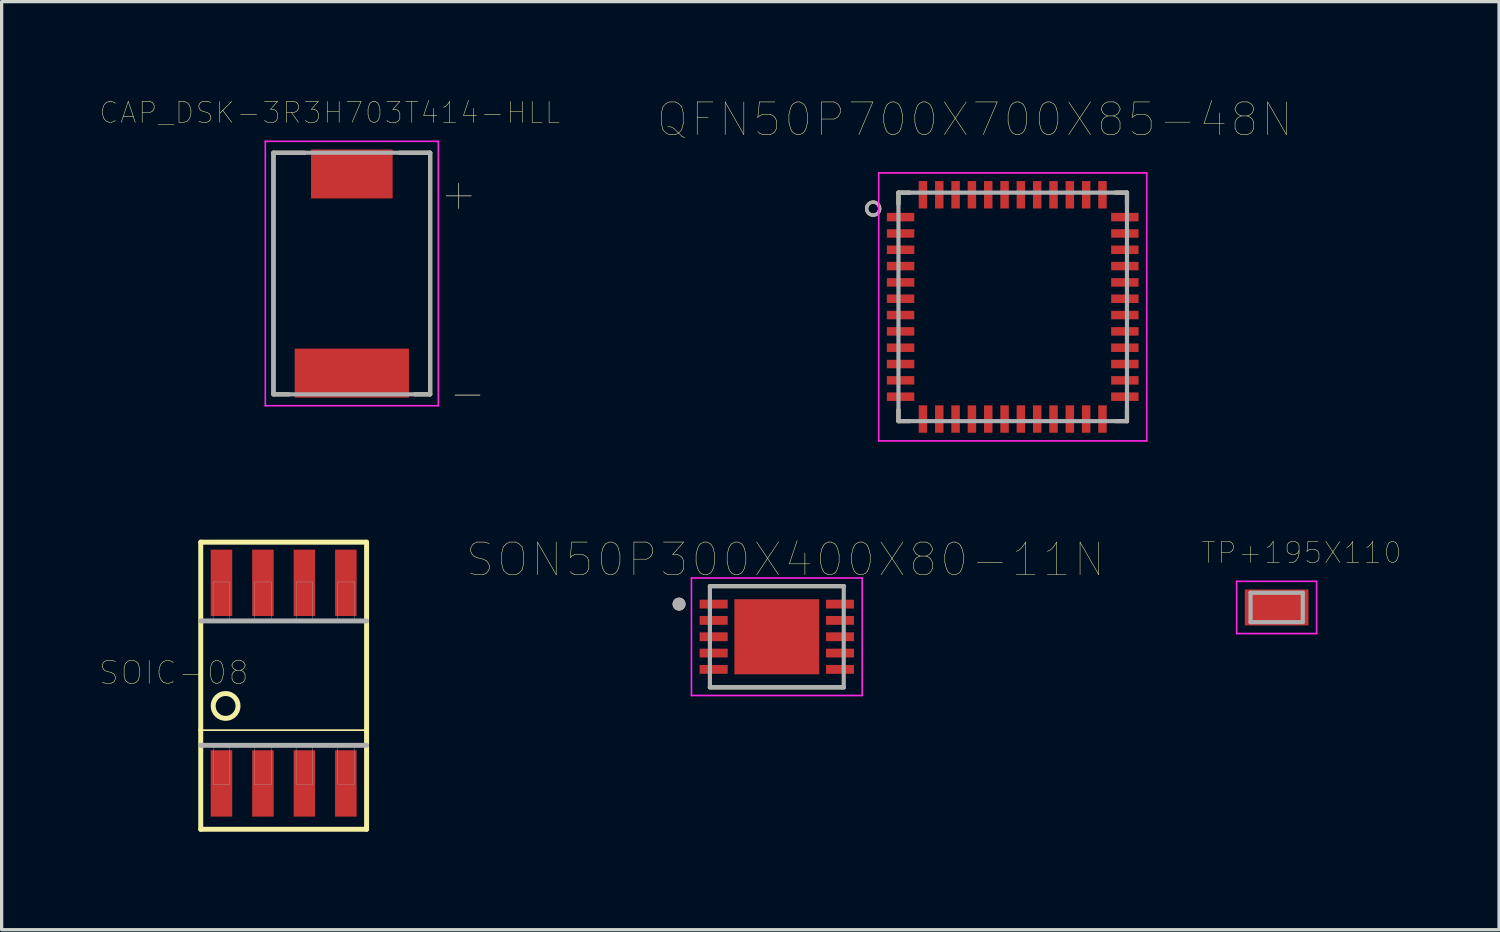
<source format=kicad_pcb>
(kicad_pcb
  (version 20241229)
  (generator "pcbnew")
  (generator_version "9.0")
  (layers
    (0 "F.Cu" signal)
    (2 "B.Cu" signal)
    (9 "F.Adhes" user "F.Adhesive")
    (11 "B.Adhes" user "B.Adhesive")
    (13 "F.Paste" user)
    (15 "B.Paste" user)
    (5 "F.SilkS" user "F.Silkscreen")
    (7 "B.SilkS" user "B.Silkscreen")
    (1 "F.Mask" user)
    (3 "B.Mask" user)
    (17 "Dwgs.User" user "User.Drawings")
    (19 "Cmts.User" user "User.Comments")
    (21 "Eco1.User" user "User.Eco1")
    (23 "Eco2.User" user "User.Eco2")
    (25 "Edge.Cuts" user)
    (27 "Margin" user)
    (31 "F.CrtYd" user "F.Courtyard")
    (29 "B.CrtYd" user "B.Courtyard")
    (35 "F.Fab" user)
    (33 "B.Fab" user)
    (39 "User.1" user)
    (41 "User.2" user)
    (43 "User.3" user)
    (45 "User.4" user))
  (footprint "TP+195X110"
    (layer "F.Cu")
    (at 36.057 15.558)
    (property "Reference" "TP+195X110" (at 0.762 -1.676 0) (layer "F.SilkS") (effects (font (size 0.64 0.64) (thickness 0.015))))
    (attr through_hole)
    (fp_line (start -1.225 -0.8) (end 1.225 -0.8) (stroke (width 0.05) (type solid)) (layer "F.CrtYd"))
    (fp_line (start -1.225 0.8) (end -1.225 -0.8) (stroke (width 0.05) (type solid)) (layer "F.CrtYd"))
    (fp_line (start 1.225 -0.8) (end 1.225 0.8) (stroke (width 0.05) (type solid)) (layer "F.CrtYd"))
    (fp_line (start 1.225 0.8) (end -1.225 0.8) (stroke (width 0.05) (type solid)) (layer "F.CrtYd"))
    (fp_line (start -0.8 -0.45) (end 0.8 -0.45) (stroke (width 0.127) (type solid)) (layer "F.Fab"))
    (fp_line (start -0.8 0.45) (end -0.8 -0.45) (stroke (width 0.127) (type solid)) (layer "F.Fab"))
    (fp_line (start 0.8 -0.45) (end 0.8 0.45) (stroke (width 0.127) (type solid)) (layer "F.Fab"))
    (fp_line (start 0.8 0.45) (end -0.8 0.45) (stroke (width 0.127) (type solid)) (layer "F.Fab"))
    (pad "1" smd rect (at 0 0) (size 1.95 1.1) (layers "F.Cu" "F.Mask" "F.Paste")))
  (footprint "SON50P300X400X80-11N"
    (layer "F.Cu")
    (at 20.746 16.455)
    (property "Reference" "SON50P300X400X80-11N" (at 0.265 -2.362 0) (layer "F.SilkS") (effects (font (size 1 1) (thickness 0.015))))
    (attr through_hole)
    (fp_line (start -2.05 -1.55) (end 2.05 -1.55) (stroke (width 0.127) (type solid)) (layer "F.SilkS"))
    (fp_line (start -2.05 1.55) (end 2.05 1.55) (stroke (width 0.127) (type solid)) (layer "F.SilkS"))
    (fp_circle (center -2.995 -1) (end -2.895 -1) (stroke (width 0.2) (type solid)) (fill no) (layer "F.SilkS"))
    (fp_poly (pts (xy -0.82 -0.73) (xy 0.82 -0.73) (xy 0.82 0.73) (xy -0.82 0.73)) (stroke (width 0.01) (type solid)) (fill yes) (layer "F.Paste"))
    (fp_line (start -2.615 -1.8) (end -2.615 1.8) (stroke (width 0.05) (type solid)) (layer "F.CrtYd"))
    (fp_line (start -2.615 -1.8) (end 2.615 -1.8) (stroke (width 0.05) (type solid)) (layer "F.CrtYd"))
    (fp_line (start -2.615 1.8) (end 2.615 1.8) (stroke (width 0.05) (type solid)) (layer "F.CrtYd"))
    (fp_line (start 2.615 -1.8) (end 2.615 1.8) (stroke (width 0.05) (type solid)) (layer "F.CrtYd"))
    (fp_line (start -2.05 -1.55) (end -2.05 1.55) (stroke (width 0.127) (type solid)) (layer "F.Fab"))
    (fp_line (start -2.05 -1.55) (end 2.05 -1.55) (stroke (width 0.127) (type solid)) (layer "F.Fab"))
    (fp_line (start -2.05 1.55) (end 2.05 1.55) (stroke (width 0.127) (type solid)) (layer "F.Fab"))
    (fp_line (start 2.05 -1.55) (end 2.05 1.55) (stroke (width 0.127) (type solid)) (layer "F.Fab"))
    (fp_circle (center -2.995 -1) (end -2.895 -1) (stroke (width 0.2) (type solid)) (fill no) (layer "F.Fab"))
    (pad "1" smd rect (at -1.935 -1) (size 0.86 0.27) (layers "F.Cu" "F.Mask" "F.Paste"))
    (pad "2" smd rect (at -1.935 -0.5) (size 0.86 0.27) (layers "F.Cu" "F.Mask" "F.Paste"))
    (pad "3" smd rect (at -1.935 0) (size 0.86 0.27) (layers "F.Cu" "F.Mask" "F.Paste"))
    (pad "4" smd rect (at -1.935 0.5) (size 0.86 0.27) (layers "F.Cu" "F.Mask" "F.Paste"))
    (pad "5" smd rect (at -1.935 1) (size 0.86 0.27) (layers "F.Cu" "F.Mask" "F.Paste"))
    (pad "6" smd rect (at 1.935 1) (size 0.86 0.27) (layers "F.Cu" "F.Mask" "F.Paste"))
    (pad "7" smd rect (at 1.935 0.5) (size 0.86 0.27) (layers "F.Cu" "F.Mask" "F.Paste"))
    (pad "8" smd rect (at 1.935 0) (size 0.86 0.27) (layers "F.Cu" "F.Mask" "F.Paste"))
    (pad "9" smd rect (at 1.935 -0.5) (size 0.86 0.27) (layers "F.Cu" "F.Mask" "F.Paste"))
    (pad "10" smd rect (at 1.935 -1) (size 0.86 0.27) (layers "F.Cu" "F.Mask" "F.Paste"))
    (pad "11" smd rect (at 0 0) (size 2.6 2.3) (layers "F.Cu" "F.Mask")))
  (footprint "QFN50P700X700X85-48N"
    (layer "F.Cu")
    (at 27.972 6.351)
    (property "Reference" "QFN50P700X700X85-48N" (at -1.165 -5.74 0) (layer "F.SilkS") (effects (font (size 1 1) (thickness 0.015))))
    (attr through_hole)
    (fp_line (start -3.5 -3.5) (end -3.5 -3.15) (stroke (width 0.127) (type solid)) (layer "F.SilkS"))
    (fp_line (start -3.5 -3.5) (end -3.15 -3.5) (stroke (width 0.127) (type solid)) (layer "F.SilkS"))
    (fp_line (start -3.5 3.5) (end -3.5 3.15) (stroke (width 0.127) (type solid)) (layer "F.SilkS"))
    (fp_line (start -3.5 3.5) (end -3.15 3.5) (stroke (width 0.127) (type solid)) (layer "F.SilkS"))
    (fp_line (start 3.5 -3.5) (end 3.15 -3.5) (stroke (width 0.127) (type solid)) (layer "F.SilkS"))
    (fp_line (start 3.5 -3.5) (end 3.5 -3.15) (stroke (width 0.127) (type solid)) (layer "F.SilkS"))
    (fp_line (start 3.5 3.5) (end 3.15 3.5) (stroke (width 0.127) (type solid)) (layer "F.SilkS"))
    (fp_line (start 3.5 3.5) (end 3.5 3.15) (stroke (width 0.127) (type solid)) (layer "F.SilkS"))
    (fp_circle (center -4.275 -3.01) (end -4.075 -3.01) (stroke (width 0.1) (type solid)) (fill no) (layer "F.SilkS"))
    (fp_line (start -4.105 -4.105) (end 4.105 -4.105) (stroke (width 0.05) (type solid)) (layer "F.CrtYd"))
    (fp_line (start -4.105 4.105) (end -4.105 -4.105) (stroke (width 0.05) (type solid)) (layer "F.CrtYd"))
    (fp_line (start -4.105 4.105) (end 4.105 4.105) (stroke (width 0.05) (type solid)) (layer "F.CrtYd"))
    (fp_line (start 4.105 4.105) (end 4.105 -4.105) (stroke (width 0.05) (type solid)) (layer "F.CrtYd"))
    (fp_line (start -3.5 3.5) (end -3.5 -3.5) (stroke (width 0.127) (type solid)) (layer "F.Fab"))
    (fp_line (start 3.5 -3.5) (end -3.5 -3.5) (stroke (width 0.127) (type solid)) (layer "F.Fab"))
    (fp_line (start 3.5 3.5) (end -3.5 3.5) (stroke (width 0.127) (type solid)) (layer "F.Fab"))
    (fp_line (start 3.5 3.5) (end 3.5 -3.5) (stroke (width 0.127) (type solid)) (layer "F.Fab"))
    (fp_circle (center -4.275 -3.01) (end -4.075 -3.01) (stroke (width 0.1) (type solid)) (fill no) (layer "F.Fab"))
    (pad "1" smd rect (at -3.435 -2.75) (size 0.84 0.26) (layers "F.Cu" "F.Mask" "F.Paste"))
    (pad "2" smd rect (at -3.435 -2.25) (size 0.84 0.26) (layers "F.Cu" "F.Mask" "F.Paste"))
    (pad "3" smd rect (at -3.435 -1.75) (size 0.84 0.26) (layers "F.Cu" "F.Mask" "F.Paste"))
    (pad "4" smd rect (at -3.435 -1.25) (size 0.84 0.26) (layers "F.Cu" "F.Mask" "F.Paste"))
    (pad "5" smd rect (at -3.435 -0.75) (size 0.84 0.26) (layers "F.Cu" "F.Mask" "F.Paste"))
    (pad "6" smd rect (at -3.435 -0.25) (size 0.84 0.26) (layers "F.Cu" "F.Mask" "F.Paste"))
    (pad "7" smd rect (at -3.435 0.25) (size 0.84 0.26) (layers "F.Cu" "F.Mask" "F.Paste"))
    (pad "8" smd rect (at -3.435 0.75) (size 0.84 0.26) (layers "F.Cu" "F.Mask" "F.Paste"))
    (pad "9" smd rect (at -3.435 1.25) (size 0.84 0.26) (layers "F.Cu" "F.Mask" "F.Paste"))
    (pad "10" smd rect (at -3.435 1.75) (size 0.84 0.26) (layers "F.Cu" "F.Mask" "F.Paste"))
    (pad "11" smd rect (at -3.435 2.25) (size 0.84 0.26) (layers "F.Cu" "F.Mask" "F.Paste"))
    (pad "12" smd rect (at -3.435 2.75) (size 0.84 0.26) (layers "F.Cu" "F.Mask" "F.Paste"))
    (pad "13" smd rect (at -2.75 3.435) (size 0.26 0.84) (layers "F.Cu" "F.Mask" "F.Paste"))
    (pad "14" smd rect (at -2.25 3.435) (size 0.26 0.84) (layers "F.Cu" "F.Mask" "F.Paste"))
    (pad "15" smd rect (at -1.75 3.435) (size 0.26 0.84) (layers "F.Cu" "F.Mask" "F.Paste"))
    (pad "16" smd rect (at -1.25 3.435) (size 0.26 0.84) (layers "F.Cu" "F.Mask" "F.Paste"))
    (pad "17" smd rect (at -0.75 3.435) (size 0.26 0.84) (layers "F.Cu" "F.Mask" "F.Paste"))
    (pad "18" smd rect (at -0.25 3.435) (size 0.26 0.84) (layers "F.Cu" "F.Mask" "F.Paste"))
    (pad "19" smd rect (at 0.25 3.435) (size 0.26 0.84) (layers "F.Cu" "F.Mask" "F.Paste"))
    (pad "20" smd rect (at 0.75 3.435) (size 0.26 0.84) (layers "F.Cu" "F.Mask" "F.Paste"))
    (pad "21" smd rect (at 1.25 3.435) (size 0.26 0.84) (layers "F.Cu" "F.Mask" "F.Paste"))
    (pad "22" smd rect (at 1.75 3.435) (size 0.26 0.84) (layers "F.Cu" "F.Mask" "F.Paste"))
    (pad "23" smd rect (at 2.25 3.435) (size 0.26 0.84) (layers "F.Cu" "F.Mask" "F.Paste"))
    (pad "24" smd rect (at 2.75 3.435) (size 0.26 0.84) (layers "F.Cu" "F.Mask" "F.Paste"))
    (pad "25" smd rect (at 3.435 2.75) (size 0.84 0.26) (layers "F.Cu" "F.Mask" "F.Paste"))
    (pad "26" smd rect (at 3.435 2.25) (size 0.84 0.26) (layers "F.Cu" "F.Mask" "F.Paste"))
    (pad "27" smd rect (at 3.435 1.75) (size 0.84 0.26) (layers "F.Cu" "F.Mask" "F.Paste"))
    (pad "28" smd rect (at 3.435 1.25) (size 0.84 0.26) (layers "F.Cu" "F.Mask" "F.Paste"))
    (pad "29" smd rect (at 3.435 0.75) (size 0.84 0.26) (layers "F.Cu" "F.Mask" "F.Paste"))
    (pad "30" smd rect (at 3.435 0.25) (size 0.84 0.26) (layers "F.Cu" "F.Mask" "F.Paste"))
    (pad "31" smd rect (at 3.435 -0.25) (size 0.84 0.26) (layers "F.Cu" "F.Mask" "F.Paste"))
    (pad "32" smd rect (at 3.435 -0.75) (size 0.84 0.26) (layers "F.Cu" "F.Mask" "F.Paste"))
    (pad "33" smd rect (at 3.435 -1.25) (size 0.84 0.26) (layers "F.Cu" "F.Mask" "F.Paste"))
    (pad "34" smd rect (at 3.435 -1.75) (size 0.84 0.26) (layers "F.Cu" "F.Mask" "F.Paste"))
    (pad "35" smd rect (at 3.435 -2.25) (size 0.84 0.26) (layers "F.Cu" "F.Mask" "F.Paste"))
    (pad "36" smd rect (at 3.435 -2.75) (size 0.84 0.26) (layers "F.Cu" "F.Mask" "F.Paste"))
    (pad "37" smd rect (at 2.75 -3.435) (size 0.26 0.84) (layers "F.Cu" "F.Mask" "F.Paste"))
    (pad "38" smd rect (at 2.25 -3.435) (size 0.26 0.84) (layers "F.Cu" "F.Mask" "F.Paste"))
    (pad "39" smd rect (at 1.75 -3.435) (size 0.26 0.84) (layers "F.Cu" "F.Mask" "F.Paste"))
    (pad "40" smd rect (at 1.25 -3.435) (size 0.26 0.84) (layers "F.Cu" "F.Mask" "F.Paste"))
    (pad "41" smd rect (at 0.75 -3.435) (size 0.26 0.84) (layers "F.Cu" "F.Mask" "F.Paste"))
    (pad "42" smd rect (at 0.25 -3.435) (size 0.26 0.84) (layers "F.Cu" "F.Mask" "F.Paste"))
    (pad "43" smd rect (at -0.25 -3.435) (size 0.26 0.84) (layers "F.Cu" "F.Mask" "F.Paste"))
    (pad "44" smd rect (at -0.75 -3.435) (size 0.26 0.84) (layers "F.Cu" "F.Mask" "F.Paste"))
    (pad "45" smd rect (at -1.25 -3.435) (size 0.26 0.84) (layers "F.Cu" "F.Mask" "F.Paste"))
    (pad "46" smd rect (at -1.75 -3.435) (size 0.26 0.84) (layers "F.Cu" "F.Mask" "F.Paste"))
    (pad "47" smd rect (at -2.25 -3.435) (size 0.26 0.84) (layers "F.Cu" "F.Mask" "F.Paste"))
    (pad "48" smd rect (at -2.75 -3.435) (size 0.26 0.84) (layers "F.Cu" "F.Mask" "F.Paste")))
  (footprint "CAP_DSK-3R3H703T414-HLL"
    (layer "F.Cu")
    (at 7.727 5.329)
    (property "Reference" "CAP_DSK-3R3H703T414-HLL" (at -0.677 -4.928 0) (layer "F.SilkS") (effects (font (size 0.64 0.64) (thickness 0.015))))
    (attr through_hole)
    (fp_line (start -2.4 -3.7) (end -2.4 3.7) (stroke (width 0.127) (type solid)) (layer "F.SilkS"))
    (fp_line (start -2.4 3.7) (end -1.93 3.7) (stroke (width 0.127) (type solid)) (layer "F.SilkS"))
    (fp_line (start -1.44 -3.7) (end -2.4 -3.7) (stroke (width 0.127) (type solid)) (layer "F.SilkS"))
    (fp_line (start 1.93 3.7) (end 2.4 3.7) (stroke (width 0.127) (type solid)) (layer "F.SilkS"))
    (fp_line (start 2.4 -3.7) (end 1.46 -3.7) (stroke (width 0.127) (type solid)) (layer "F.SilkS"))
    (fp_line (start 2.4 3.7) (end 2.4 -3.7) (stroke (width 0.127) (type solid)) (layer "F.SilkS"))
    (fp_line (start -2.65 -4.05) (end -2.65 4.05) (stroke (width 0.05) (type solid)) (layer "F.CrtYd"))
    (fp_line (start -2.65 4.05) (end 2.65 4.05) (stroke (width 0.05) (type solid)) (layer "F.CrtYd"))
    (fp_line (start 2.65 -4.05) (end -2.65 -4.05) (stroke (width 0.05) (type solid)) (layer "F.CrtYd"))
    (fp_line (start 2.65 4.05) (end 2.65 -4.05) (stroke (width 0.05) (type solid)) (layer "F.CrtYd"))
    (fp_line (start -2.4 -3.7) (end 2.4 -3.7) (stroke (width 0.127) (type solid)) (layer "F.Fab"))
    (fp_line (start -2.4 3.7) (end -2.4 -3.7) (stroke (width 0.127) (type solid)) (layer "F.Fab"))
    (fp_line (start 2.4 -3.7) (end 2.4 3.7) (stroke (width 0.127) (type solid)) (layer "F.Fab"))
    (fp_line (start 2.4 3.7) (end -2.4 3.7) (stroke (width 0.127) (type solid)) (layer "F.Fab"))
    (fp_text user "+" (at 3.274 -2.461 0) (layer "F.SilkS") (effects (font (size 1.005 1.005) (thickness 0.015))))
    (fp_text user "-" (at 3.54 3.646 0) (layer "F.SilkS") (effects (font (size 1.005 1.005) (thickness 0.015))))
    (fp_text user "-" (at 3.551 3.636 0) (layer "F.Fab") (effects (font (size 1.004 1.004) (thickness 0.015))))
    (fp_text user "+" (at 3.277 -2.457 0) (layer "F.Fab") (effects (font (size 1.004 1.004) (thickness 0.015))))
    (pad "1" smd rect (at 0 -3.05) (size 2.5 1.5) (layers "F.Cu" "F.Mask" "F.Paste"))
    (pad "2" smd rect (at 0 3.05) (size 3.5 1.5) (layers "F.Cu" "F.Mask" "F.Paste")))
  (footprint "SOIC-08"
    (layer "F.Cu")
    (at 5.639 17.876)
    (property "Reference" "SOIC-08" (at -3.368 -0.318 180) (layer "F.SilkS") (effects (font (size 0.701 0.701) (thickness 0.015))))
    (attr through_hole)
    (fp_line (start -2.54 -4.318) (end -2.54 1.441) (stroke (width 0.152) (type solid)) (layer "F.SilkS"))
    (fp_line (start -2.54 -4.318) (end 2.54 -4.318) (stroke (width 0.152) (type solid)) (layer "F.SilkS"))
    (fp_line (start -2.54 1.441) (end -2.54 4.477) (stroke (width 0.152) (type solid)) (layer "F.SilkS"))
    (fp_line (start -2.54 1.441) (end 2.54 1.441) (stroke (width 0.051) (type solid)) (layer "F.SilkS"))
    (fp_line (start 2.54 -4.318) (end 2.54 1.441) (stroke (width 0.152) (type solid)) (layer "F.SilkS"))
    (fp_line (start 2.54 1.441) (end 2.54 4.477) (stroke (width 0.152) (type solid)) (layer "F.SilkS"))
    (fp_line (start 2.54 4.477) (end -2.54 4.477) (stroke (width 0.152) (type solid)) (layer "F.SilkS"))
    (fp_circle (center -1.778 0.699) (end -1.397 0.699) (stroke (width 0.152) (type solid)) (fill no) (layer "F.SilkS"))
    (fp_line (start -2.54 -1.905) (end 2.54 -1.905) (stroke (width 0.152) (type solid)) (layer "F.Fab"))
    (fp_line (start -2.54 1.905) (end 2.54 1.905) (stroke (width 0.152) (type solid)) (layer "F.Fab"))
    (fp_poly (pts (xy -2.162 -3.099) (xy -1.651 -3.099) (xy -1.651 -1.959) (xy -2.162 -1.959)) (stroke (width 0.01) (type solid)) (fill no) (layer "F.Fab"))
    (fp_poly (pts (xy -2.16 1.956) (xy -1.651 1.956) (xy -1.651 3.101) (xy -2.16 3.101)) (stroke (width 0.01) (type solid)) (fill no) (layer "F.Fab"))
    (fp_poly (pts (xy -0.891 1.956) (xy -0.381 1.956) (xy -0.381 3.105) (xy -0.891 3.105)) (stroke (width 0.01) (type solid)) (fill no) (layer "F.Fab"))
    (fp_poly (pts (xy -0.89 -3.099) (xy -0.381 -3.099) (xy -0.381 -1.958) (xy -0.89 -1.958)) (stroke (width 0.01) (type solid)) (fill no) (layer "F.Fab"))
    (fp_poly (pts (xy 0.381 1.956) (xy 0.889 1.956) (xy 0.889 3.102) (xy 0.381 3.102)) (stroke (width 0.01) (type solid)) (fill no) (layer "F.Fab"))
    (fp_poly (pts (xy 0.382 -3.099) (xy 0.889 -3.099) (xy 0.889 -1.959) (xy 0.382 -1.959)) (stroke (width 0.01) (type solid)) (fill no) (layer "F.Fab"))
    (fp_poly (pts (xy 1.652 -3.099) (xy 2.159 -3.099) (xy 2.159 -1.957) (xy 1.652 -1.957)) (stroke (width 0.01) (type solid)) (fill no) (layer "F.Fab"))
    (fp_poly (pts (xy 1.654 1.956) (xy 2.159 1.956) (xy 2.159 3.104) (xy 1.654 3.104)) (stroke (width 0.01) (type solid)) (fill no) (layer "F.Fab"))
    (pad "1" smd rect (at -1.905 3.073) (size 0.66 2.032) (layers "F.Cu" "F.Mask" "F.Paste"))
    (pad "2" smd rect (at -0.635 3.073) (size 0.66 2.032) (layers "F.Cu" "F.Mask" "F.Paste"))
    (pad "3" smd rect (at 0.635 3.073) (size 0.66 2.032) (layers "F.Cu" "F.Mask" "F.Paste"))
    (pad "4" smd rect (at 1.905 3.073) (size 0.66 2.032) (layers "F.Cu" "F.Mask" "F.Paste"))
    (pad "5" smd rect (at 1.905 -3.073) (size 0.66 2.032) (layers "F.Cu" "F.Mask" "F.Paste"))
    (pad "6" smd rect (at 0.635 -3.073) (size 0.66 2.032) (layers "F.Cu" "F.Mask" "F.Paste"))
    (pad "7" smd rect (at -0.635 -3.073) (size 0.66 2.032) (layers "F.Cu" "F.Mask" "F.Paste"))
    (pad "8" smd rect (at -1.905 -3.073) (size 0.66 2.032) (layers "F.Cu" "F.Mask" "F.Paste")))
  (gr_rect
    (start -3 -3)
    (end 42.87 25.428)
    (stroke (width 0.1) (type default))
    (fill no)
    (layer "Edge.Cuts")))
</source>
